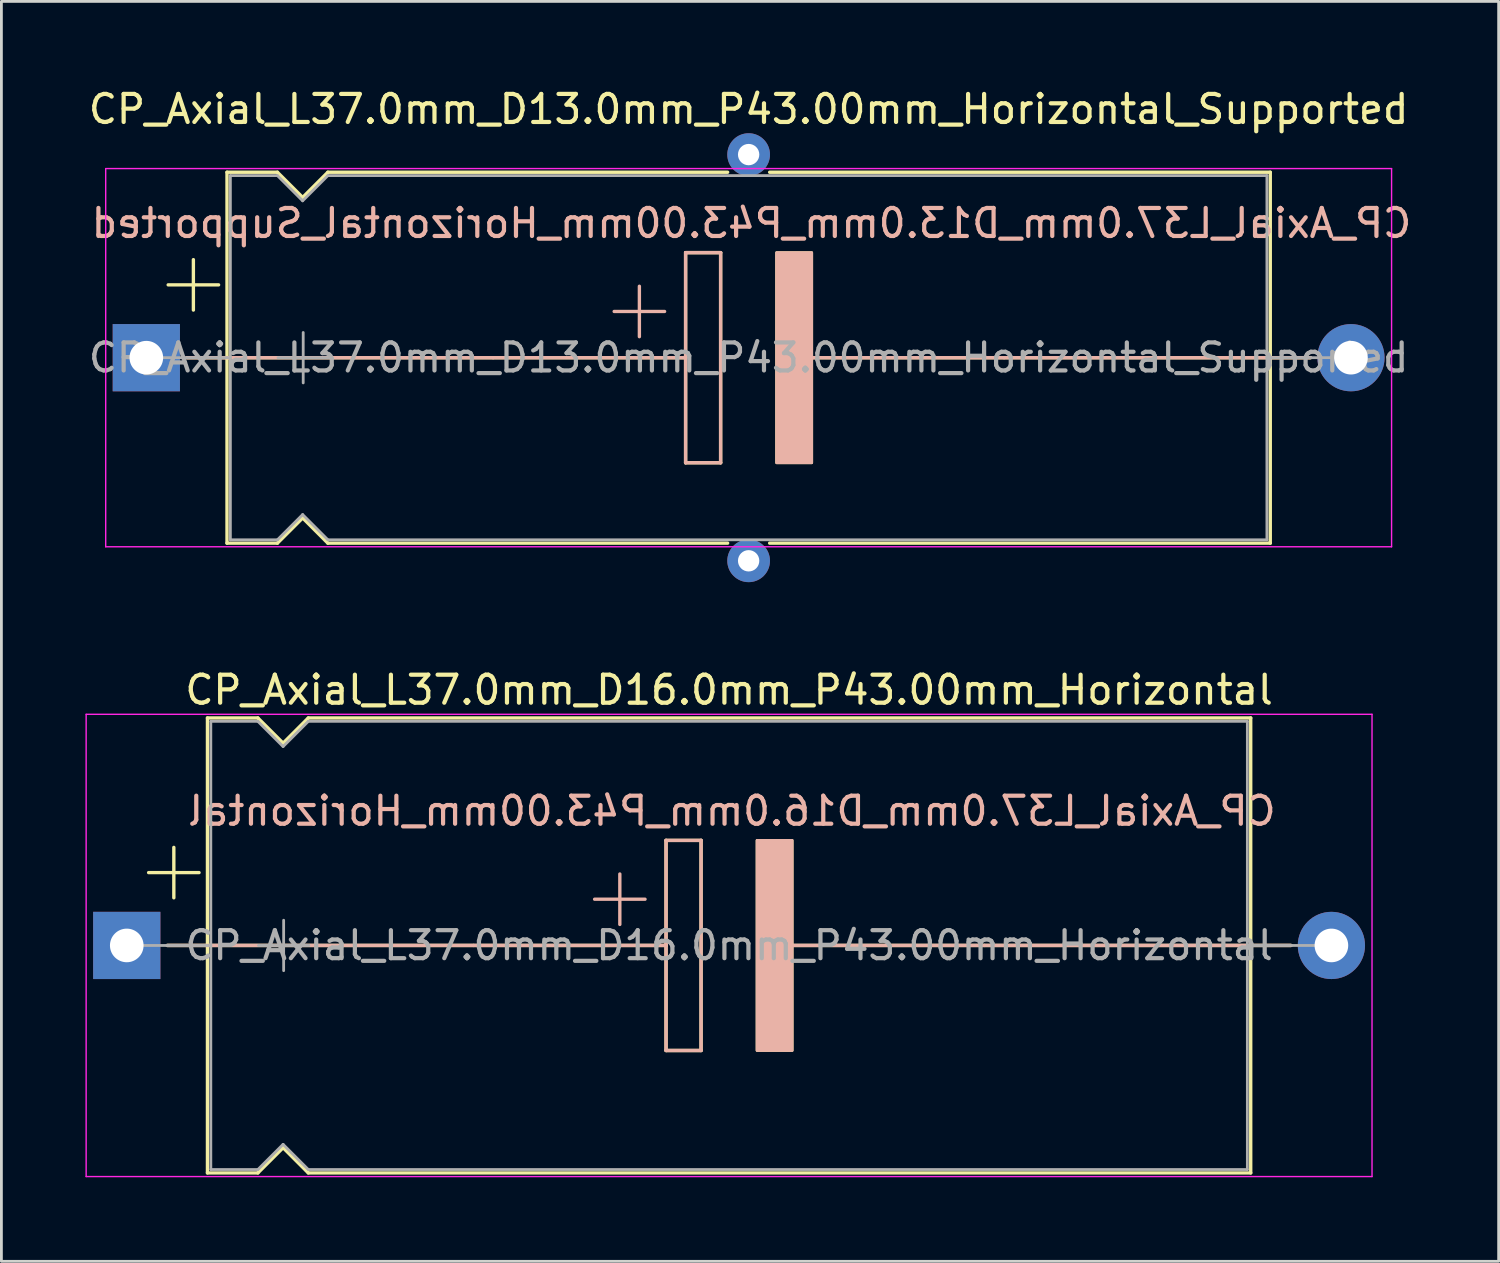
<source format=kicad_pcb>
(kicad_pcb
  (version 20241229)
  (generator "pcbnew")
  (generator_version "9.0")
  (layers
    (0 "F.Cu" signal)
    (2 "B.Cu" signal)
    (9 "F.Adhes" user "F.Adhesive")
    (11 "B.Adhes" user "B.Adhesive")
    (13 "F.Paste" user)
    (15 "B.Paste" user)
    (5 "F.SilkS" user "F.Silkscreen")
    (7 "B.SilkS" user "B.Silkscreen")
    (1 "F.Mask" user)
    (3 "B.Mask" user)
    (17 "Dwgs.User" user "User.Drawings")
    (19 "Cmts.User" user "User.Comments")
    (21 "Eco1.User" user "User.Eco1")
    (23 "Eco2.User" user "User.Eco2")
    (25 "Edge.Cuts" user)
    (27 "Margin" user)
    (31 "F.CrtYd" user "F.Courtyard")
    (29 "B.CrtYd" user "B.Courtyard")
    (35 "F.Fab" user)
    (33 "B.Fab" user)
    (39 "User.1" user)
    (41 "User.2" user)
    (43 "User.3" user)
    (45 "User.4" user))
  (footprint "CP_Axial_L37.0mm_D13.0mm_P43.00mm_Horizontal_Supported"
    (layer "F.Cu")
    (at 2.173 9.718)
    (property "Reference" "CP_Axial_L37.0mm_D13.0mm_P43.00mm_Horizontal_Supported" (at 21.5 -8.87 0) (layer "F.SilkS") (effects (font (size 1 1) (thickness 0.15))))
    (fp_line (start 0.78 -2.6) (end 2.58 -2.6) (stroke (width 0.12) (type solid)) (layer "F.SilkS"))
    (fp_line (start 1.44 0) (end 2.88 0) (stroke (width 0.12) (type solid)) (layer "F.SilkS"))
    (fp_line (start 1.68 -3.5) (end 1.68 -1.7) (stroke (width 0.12) (type solid)) (layer "F.SilkS"))
    (fp_line (start 2.88 -6.62) (end 2.88 6.62) (stroke (width 0.12) (type solid)) (layer "F.SilkS"))
    (fp_line (start 2.88 -6.62) (end 4.68 -6.62) (stroke (width 0.12) (type solid)) (layer "F.SilkS"))
    (fp_line (start 2.88 0) (end 19.25 0) (stroke (width 0.12) (type solid)) (layer "F.SilkS"))
    (fp_line (start 2.88 6.62) (end 4.68 6.62) (stroke (width 0.12) (type solid)) (layer "F.SilkS"))
    (fp_line (start 4.68 -6.62) (end 5.58 -5.72) (stroke (width 0.12) (type solid)) (layer "F.SilkS"))
    (fp_line (start 4.68 6.62) (end 5.58 5.72) (stroke (width 0.12) (type solid)) (layer "F.SilkS"))
    (fp_line (start 5.58 -5.72) (end 6.48 -6.62) (stroke (width 0.12) (type solid)) (layer "F.SilkS"))
    (fp_line (start 5.58 5.72) (end 6.48 6.62) (stroke (width 0.12) (type solid)) (layer "F.SilkS"))
    (fp_line (start 6.48 -6.62) (end 20.75 -6.62) (stroke (width 0.12) (type solid)) (layer "F.SilkS"))
    (fp_line (start 6.48 6.62) (end 20.75 6.62) (stroke (width 0.12) (type solid)) (layer "F.SilkS"))
    (fp_line (start 19.25 -3.75) (end 20.5 -3.75) (stroke (width 0.12) (type solid)) (layer "F.SilkS"))
    (fp_line (start 19.25 0) (end 19.25 -3.75) (stroke (width 0.12) (type solid)) (layer "F.SilkS"))
    (fp_line (start 19.25 3.75) (end 19.25 0) (stroke (width 0.12) (type solid)) (layer "F.SilkS"))
    (fp_line (start 20.5 -3.75) (end 20.5 3.75) (stroke (width 0.12) (type solid)) (layer "F.SilkS"))
    (fp_line (start 20.5 3.75) (end 19.25 3.75) (stroke (width 0.12) (type solid)) (layer "F.SilkS"))
    (fp_line (start 22.25 -6.62) (end 40.12 -6.62) (stroke (width 0.12) (type solid)) (layer "F.SilkS"))
    (fp_line (start 22.25 6.62) (end 40.12 6.62) (stroke (width 0.12) (type solid)) (layer "F.SilkS"))
    (fp_line (start 23.75 0) (end 40.132 0) (stroke (width 0.12) (type solid)) (layer "F.SilkS"))
    (fp_line (start 40.12 -6.62) (end 40.12 6.62) (stroke (width 0.12) (type solid)) (layer "F.SilkS"))
    (fp_line (start 41.56 0) (end 40.12 0) (stroke (width 0.12) (type solid)) (layer "F.SilkS"))
    (fp_poly (pts (xy 23.75 3.75) (xy 22.5 3.75) (xy 22.5 -3.75) (xy 23.75 -3.75)) (stroke (width 0.1) (type solid)) (fill yes) (layer "F.SilkS"))
    (fp_line (start 1.45 0) (end 12.38 0) (stroke (width 0.12) (type solid)) (layer "B.SilkS"))
    (fp_line (start 12.38 0) (end 19.25 0) (stroke (width 0.12) (type solid)) (layer "B.SilkS"))
    (fp_line (start 17.6 -2.55) (end 17.6 -0.75) (stroke (width 0.12) (type solid)) (layer "B.SilkS"))
    (fp_line (start 18.5 -1.65) (end 16.7 -1.65) (stroke (width 0.12) (type solid)) (layer "B.SilkS"))
    (fp_line (start 19.25 -3.75) (end 20.5 -3.75) (stroke (width 0.12) (type solid)) (layer "B.SilkS"))
    (fp_line (start 19.25 0) (end 19.25 -3.75) (stroke (width 0.12) (type solid)) (layer "B.SilkS"))
    (fp_line (start 19.25 3.75) (end 19.25 0) (stroke (width 0.12) (type solid)) (layer "B.SilkS"))
    (fp_line (start 20.5 -3.75) (end 20.5 3.75) (stroke (width 0.12) (type solid)) (layer "B.SilkS"))
    (fp_line (start 20.5 3.75) (end 19.25 3.75) (stroke (width 0.12) (type solid)) (layer "B.SilkS"))
    (fp_line (start 23.75 0) (end 30.62 0) (stroke (width 0.12) (type solid)) (layer "B.SilkS"))
    (fp_line (start 41.55 0) (end 30.62 0) (stroke (width 0.12) (type solid)) (layer "B.SilkS"))
    (fp_poly (pts (xy 23.75 3.75) (xy 22.5 3.75) (xy 22.5 -3.75) (xy 23.75 -3.75)) (stroke (width 0.1) (type solid)) (fill yes) (layer "B.SilkS"))
    (fp_line (start -1.45 -6.75) (end -1.45 6.75) (stroke (width 0.05) (type solid)) (layer "F.CrtYd"))
    (fp_line (start -1.45 6.75) (end 44.45 6.75) (stroke (width 0.05) (type solid)) (layer "F.CrtYd"))
    (fp_line (start 44.45 -6.75) (end -1.45 -6.75) (stroke (width 0.05) (type solid)) (layer "F.CrtYd"))
    (fp_line (start 44.45 6.75) (end 44.45 -6.75) (stroke (width 0.05) (type solid)) (layer "F.CrtYd"))
    (fp_line (start 0 0) (end 3 0) (stroke (width 0.1) (type solid)) (layer "F.Fab"))
    (fp_line (start 3 -6.5) (end 3 6.5) (stroke (width 0.1) (type solid)) (layer "F.Fab"))
    (fp_line (start 3 -6.5) (end 4.68 -6.5) (stroke (width 0.1) (type solid)) (layer "F.Fab"))
    (fp_line (start 3 6.5) (end 4.68 6.5) (stroke (width 0.1) (type solid)) (layer "F.Fab"))
    (fp_line (start 4.68 -6.5) (end 5.58 -5.6) (stroke (width 0.1) (type solid)) (layer "F.Fab"))
    (fp_line (start 4.68 6.5) (end 5.58 5.6) (stroke (width 0.1) (type solid)) (layer "F.Fab"))
    (fp_line (start 4.7 0) (end 6.5 0) (stroke (width 0.1) (type solid)) (layer "F.Fab"))
    (fp_line (start 5.58 -5.6) (end 6.48 -6.5) (stroke (width 0.1) (type solid)) (layer "F.Fab"))
    (fp_line (start 5.58 5.6) (end 6.48 6.5) (stroke (width 0.1) (type solid)) (layer "F.Fab"))
    (fp_line (start 5.6 -0.9) (end 5.6 0.9) (stroke (width 0.1) (type solid)) (layer "F.Fab"))
    (fp_line (start 6.48 -6.5) (end 40 -6.5) (stroke (width 0.1) (type solid)) (layer "F.Fab"))
    (fp_line (start 6.48 6.5) (end 40 6.5) (stroke (width 0.1) (type solid)) (layer "F.Fab"))
    (fp_line (start 40 -6.5) (end 40 6.5) (stroke (width 0.1) (type solid)) (layer "F.Fab"))
    (fp_line (start 43 0) (end 40 0) (stroke (width 0.1) (type solid)) (layer "F.Fab"))
    (fp_text user "${REFERENCE}" (at 21.6 -4.8 0) (layer "B.SilkS") (effects (font (size 1 1) (thickness 0.15)) (justify mirror)))
    (fp_text user "${REFERENCE}" (at 21.5 0 0) (layer "F.Fab") (effects (font (size 1 1) (thickness 0.15))))
    (pad "" thru_hole circle (at 21.5 -7.25) (size 1.524 1.524) (drill 0.762) (layers "*.Cu" "*.Mask"))
    (pad "" thru_hole circle (at 21.5 7.25) (size 1.524 1.524) (drill 0.762) (layers "*.Cu" "*.Mask"))
    (pad "1" thru_hole rect (at 0 0) (size 2.4 2.4) (drill 1.2) (layers "*.Cu" "*.Mask"))
    (pad "2" thru_hole oval (at 43 0) (size 2.4 2.4) (drill 1.2) (layers "*.Cu" "*.Mask")))
  (footprint "CP_Axial_L37.0mm_D16.0mm_P43.00mm_Horizontal"
    (layer "F.Cu")
    (at 1.475 30.698)
    (property "Reference" "CP_Axial_L37.0mm_D16.0mm_P43.00mm_Horizontal" (at 21.5 -9.12 0) (layer "F.SilkS") (effects (font (size 1 1) (thickness 0.15))))
    (fp_line (start 0.78 -2.6) (end 2.58 -2.6) (stroke (width 0.12) (type solid)) (layer "F.SilkS"))
    (fp_line (start 1.44 0) (end 2.88 0) (stroke (width 0.12) (type solid)) (layer "F.SilkS"))
    (fp_line (start 1.68 -3.5) (end 1.68 -1.7) (stroke (width 0.12) (type solid)) (layer "F.SilkS"))
    (fp_line (start 2.88 -8.12) (end 2.88 8.12) (stroke (width 0.12) (type solid)) (layer "F.SilkS"))
    (fp_line (start 2.88 -8.12) (end 4.68 -8.12) (stroke (width 0.12) (type solid)) (layer "F.SilkS"))
    (fp_line (start 2.88 0) (end 19.25 0) (stroke (width 0.12) (type solid)) (layer "F.SilkS"))
    (fp_line (start 2.88 8.12) (end 4.68 8.12) (stroke (width 0.12) (type solid)) (layer "F.SilkS"))
    (fp_line (start 4.68 -8.12) (end 5.58 -7.22) (stroke (width 0.12) (type solid)) (layer "F.SilkS"))
    (fp_line (start 4.68 8.12) (end 5.58 7.22) (stroke (width 0.12) (type solid)) (layer "F.SilkS"))
    (fp_line (start 5.58 -7.22) (end 6.48 -8.12) (stroke (width 0.12) (type solid)) (layer "F.SilkS"))
    (fp_line (start 5.58 7.22) (end 6.48 8.12) (stroke (width 0.12) (type solid)) (layer "F.SilkS"))
    (fp_line (start 6.48 -8.12) (end 40.12 -8.12) (stroke (width 0.12) (type solid)) (layer "F.SilkS"))
    (fp_line (start 6.48 8.12) (end 40.12 8.12) (stroke (width 0.12) (type solid)) (layer "F.SilkS"))
    (fp_line (start 19.25 -3.75) (end 20.5 -3.75) (stroke (width 0.12) (type solid)) (layer "F.SilkS"))
    (fp_line (start 19.25 0) (end 19.25 -3.75) (stroke (width 0.12) (type solid)) (layer "F.SilkS"))
    (fp_line (start 19.25 3.75) (end 19.25 0) (stroke (width 0.12) (type solid)) (layer "F.SilkS"))
    (fp_line (start 20.5 -3.75) (end 20.5 3.75) (stroke (width 0.12) (type solid)) (layer "F.SilkS"))
    (fp_line (start 20.5 3.75) (end 19.25 3.75) (stroke (width 0.12) (type solid)) (layer "F.SilkS"))
    (fp_line (start 23.75 0) (end 40.12 0) (stroke (width 0.12) (type solid)) (layer "F.SilkS"))
    (fp_line (start 40.12 -8.12) (end 40.12 8.12) (stroke (width 0.12) (type solid)) (layer "F.SilkS"))
    (fp_line (start 41.56 0) (end 40.12 0) (stroke (width 0.12) (type solid)) (layer "F.SilkS"))
    (fp_poly (pts (xy 23.75 3.75) (xy 22.5 3.75) (xy 22.5 -3.75) (xy 23.75 -3.75)) (stroke (width 0.1) (type solid)) (fill yes) (layer "F.SilkS"))
    (fp_line (start 1.45 0) (end 12.38 0) (stroke (width 0.12) (type solid)) (layer "B.SilkS"))
    (fp_line (start 12.38 0) (end 19.25 0) (stroke (width 0.12) (type solid)) (layer "B.SilkS"))
    (fp_line (start 17.6 -2.55) (end 17.6 -0.75) (stroke (width 0.12) (type solid)) (layer "B.SilkS"))
    (fp_line (start 18.5 -1.65) (end 16.7 -1.65) (stroke (width 0.12) (type solid)) (layer "B.SilkS"))
    (fp_line (start 19.25 -3.75) (end 20.5 -3.75) (stroke (width 0.12) (type solid)) (layer "B.SilkS"))
    (fp_line (start 19.25 0) (end 19.25 -3.75) (stroke (width 0.12) (type solid)) (layer "B.SilkS"))
    (fp_line (start 19.25 3.75) (end 19.25 0) (stroke (width 0.12) (type solid)) (layer "B.SilkS"))
    (fp_line (start 20.5 -3.75) (end 20.5 3.75) (stroke (width 0.12) (type solid)) (layer "B.SilkS"))
    (fp_line (start 20.5 3.75) (end 19.25 3.75) (stroke (width 0.12) (type solid)) (layer "B.SilkS"))
    (fp_line (start 23.75 0) (end 30.62 0) (stroke (width 0.12) (type solid)) (layer "B.SilkS"))
    (fp_line (start 41.55 0) (end 30.62 0) (stroke (width 0.12) (type solid)) (layer "B.SilkS"))
    (fp_poly (pts (xy 23.75 3.75) (xy 22.5 3.75) (xy 22.5 -3.75) (xy 23.75 -3.75)) (stroke (width 0.1) (type solid)) (fill yes) (layer "B.SilkS"))
    (fp_line (start -1.45 -8.25) (end -1.45 8.25) (stroke (width 0.05) (type solid)) (layer "F.CrtYd"))
    (fp_line (start -1.45 8.25) (end 44.45 8.25) (stroke (width 0.05) (type solid)) (layer "F.CrtYd"))
    (fp_line (start 44.45 -8.25) (end -1.45 -8.25) (stroke (width 0.05) (type solid)) (layer "F.CrtYd"))
    (fp_line (start 44.45 8.25) (end 44.45 -8.25) (stroke (width 0.05) (type solid)) (layer "F.CrtYd"))
    (fp_line (start 0 0) (end 3 0) (stroke (width 0.1) (type solid)) (layer "F.Fab"))
    (fp_line (start 3 -8) (end 3 8) (stroke (width 0.1) (type solid)) (layer "F.Fab"))
    (fp_line (start 3 -8) (end 4.68 -8) (stroke (width 0.1) (type solid)) (layer "F.Fab"))
    (fp_line (start 3 8) (end 4.68 8) (stroke (width 0.1) (type solid)) (layer "F.Fab"))
    (fp_line (start 4.68 -8) (end 5.58 -7.1) (stroke (width 0.1) (type solid)) (layer "F.Fab"))
    (fp_line (start 4.68 8) (end 5.58 7.1) (stroke (width 0.1) (type solid)) (layer "F.Fab"))
    (fp_line (start 4.7 0) (end 6.5 0) (stroke (width 0.1) (type solid)) (layer "F.Fab"))
    (fp_line (start 5.58 -7.1) (end 6.48 -8) (stroke (width 0.1) (type solid)) (layer "F.Fab"))
    (fp_line (start 5.58 7.1) (end 6.48 8) (stroke (width 0.1) (type solid)) (layer "F.Fab"))
    (fp_line (start 5.6 -0.9) (end 5.6 0.9) (stroke (width 0.1) (type solid)) (layer "F.Fab"))
    (fp_line (start 6.48 -8) (end 40 -8) (stroke (width 0.1) (type solid)) (layer "F.Fab"))
    (fp_line (start 6.48 8) (end 40 8) (stroke (width 0.1) (type solid)) (layer "F.Fab"))
    (fp_line (start 40 -8) (end 40 8) (stroke (width 0.1) (type solid)) (layer "F.Fab"))
    (fp_line (start 43 0) (end 40 0) (stroke (width 0.1) (type solid)) (layer "F.Fab"))
    (fp_text user "${REFERENCE}" (at 21.6 -4.8 0) (layer "B.SilkS") (effects (font (size 1 1) (thickness 0.15)) (justify mirror)))
    (fp_text user "${REFERENCE}" (at 21.5 0 0) (layer "F.Fab") (effects (font (size 1 1) (thickness 0.15))))
    (pad "1" thru_hole rect (at 0 0) (size 2.4 2.4) (drill 1.2) (layers "*.Cu" "*.Mask"))
    (pad "2" thru_hole oval (at 43 0) (size 2.4 2.4) (drill 1.2) (layers "*.Cu" "*.Mask")))
  (gr_rect
    (start -3 -3)
    (end 50.445 41.974)
    (stroke (width 0.1) (type default))
    (fill no)
    (layer "Edge.Cuts")))
</source>
